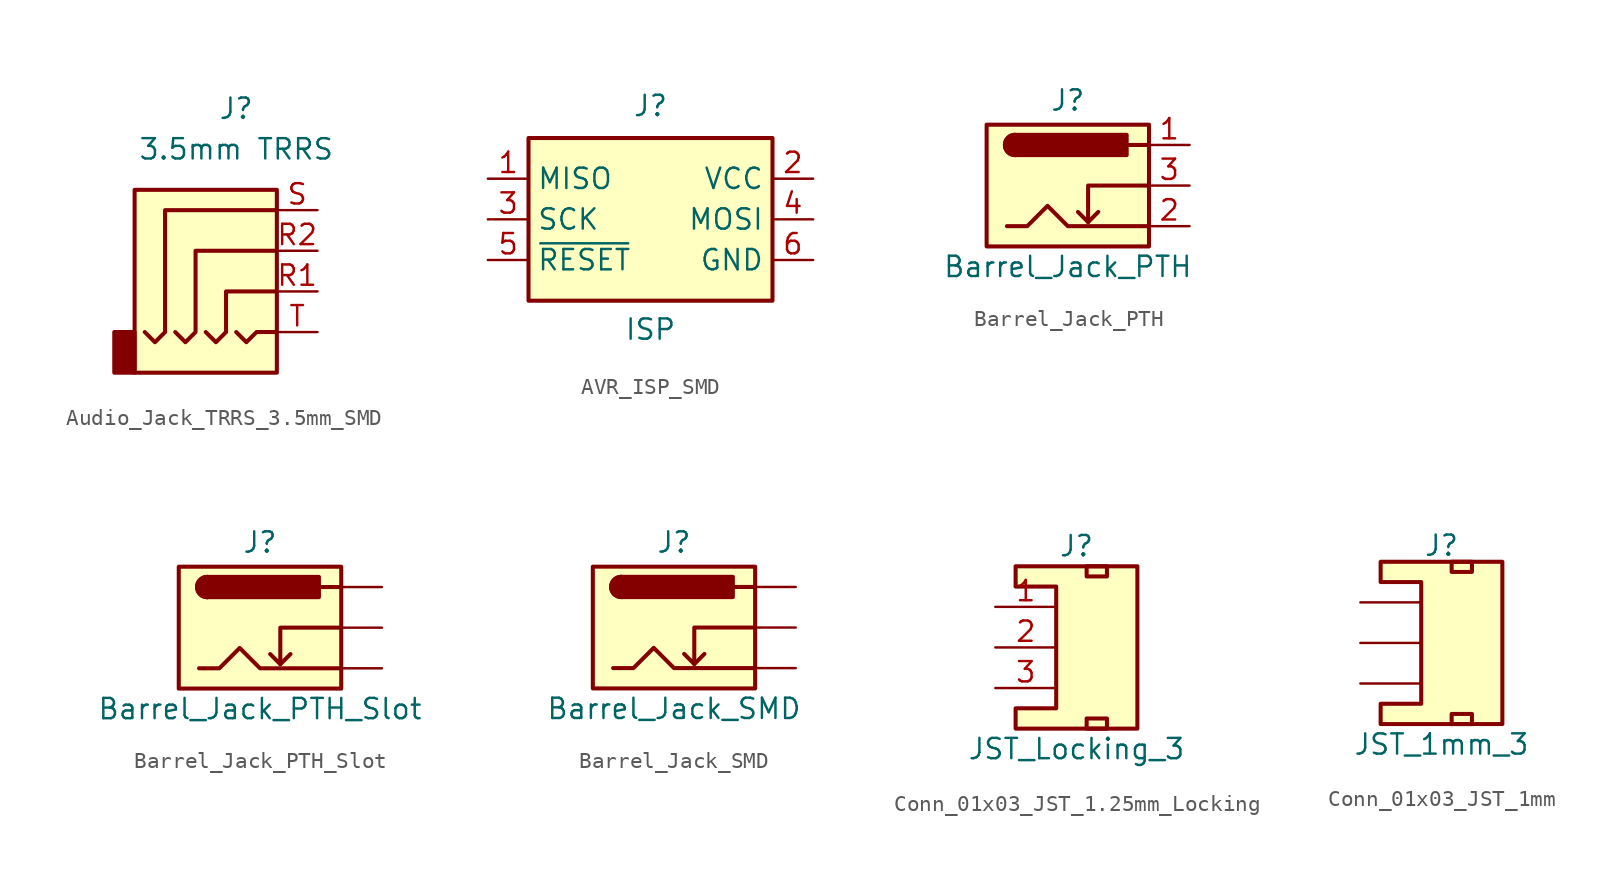
<source format=kicad_sym>
(kicad_symbol_lib
  (version 20231120)
  (generator "kicad_symbol_editor")
  (generator_version "8.0")
  (symbol "Audio_Jack_TRRS_3.5mm_SMD"
    (property "Reference" "J"
      (at 0 8.89 0)
      (effects (font (size 1.27 1.27))))
    (property "Value" "3.5mm TRRS"
      (at 0 6.35 0)
      (effects (font (size 1.27 1.27))))
    (symbol "Audio_Jack_TRRS_3.5mm_SMD_0_1"
      (rectangle (start -6.35 -5.08) (end -7.62 -7.62) (stroke (width 0.254) (type default)) (fill (type outline)))
      (rectangle (start -6.35 3.81) (end 2.54 -7.62) (stroke (width 0.254) (type default)) (fill (type background)))
      (polyline (pts (xy 0 -5.08) (xy 0.635 -5.715) (xy 1.27 -5.08) (xy 2.54 -5.08)) (stroke (width 0.254) (type default)) (fill (type none)))
      (polyline (pts (xy -5.715 -5.08) (xy -5.08 -5.715) (xy -4.445 -5.08) (xy -4.445 2.54) (xy 2.54 2.54)) (stroke (width 0.254) (type default)) (fill (type none)))
      (polyline (pts (xy -1.905 -5.08) (xy -1.27 -5.715) (xy -0.635 -5.08) (xy -0.635 -2.54) (xy 2.54 -2.54)) (stroke (width 0.254) (type default)) (fill (type none)))
      (polyline (pts (xy 2.54 0) (xy -2.54 0) (xy -2.54 -5.08) (xy -3.175 -5.715) (xy -3.81 -5.08)) (stroke (width 0.254) (type default)) (fill (type none))))
    (symbol "Audio_Jack_TRRS_3.5mm_SMD_1_1"
      (pin passive line (at 5.08 -2.54 180) (length 2.54) (name "~" (effects (font (size 1.27 1.27)))) (number "R1" (effects (font (size 1.27 1.27)))))
      (pin passive line (at 5.08 0 180) (length 2.54) (name "~" (effects (font (size 1.27 1.27)))) (number "R2" (effects (font (size 1.27 1.27)))))
      (pin passive line (at 5.08 2.54 180) (length 2.54) (name "~" (effects (font (size 1.27 1.27)))) (number "S" (effects (font (size 1.27 1.27)))))
      (pin passive line (at 5.08 -5.08 180) (length 2.54) (name "~" (effects (font (size 1.27 1.27)))) (number "T" (effects (font (size 1.27 1.27)))))))
  (symbol "AVR_ISP_SMD"
    (property "Reference" "J"
      (at 0 6.35 0)
      (effects (font (size 1.27 1.27)) (justify bottom)))
    (property "Value" "ISP"
      (at 0 -7.62 0)
      (effects (font (size 1.27 1.27)) (justify bottom)))
    (symbol "AVR_ISP_SMD_1_0"
      (pin input line (at -10.16 2.54 0) (length 2.54) (name "MISO" (effects (font (size 1.27 1.27)))) (number "1" (effects (font (size 1.27 1.27)))))
      (pin power_in line (at 10.16 2.54 180) (length 2.54) (name "VCC" (effects (font (size 1.27 1.27)))) (number "2" (effects (font (size 1.27 1.27)))))
      (pin input line (at -10.16 0 0) (length 2.54) (name "SCK" (effects (font (size 1.27 1.27)))) (number "3" (effects (font (size 1.27 1.27)))))
      (pin output line (at 10.16 0 180) (length 2.54) (name "MOSI" (effects (font (size 1.27 1.27)))) (number "4" (effects (font (size 1.27 1.27)))))
      (pin input line (at -10.16 -2.54 0) (length 2.54) (name "~{RESET}" (effects (font (size 1.27 1.27)))) (number "5" (effects (font (size 1.27 1.27)))))
      (pin power_in line (at 10.16 -2.54 180) (length 2.54) (name "GND" (effects (font (size 1.27 1.27)))) (number "6" (effects (font (size 1.27 1.27))))))
    (symbol "AVR_ISP_SMD_1_1"
      (rectangle (start -7.62 5.08) (end 7.62 -5.08) (stroke (width 0.254) (type default)) (fill (type background)))))
  (symbol "Barrel_Jack_PTH"
    (pin_names hide)
    (property "Reference" "J"
      (at 0 5.334 0)
      (effects (font (size 1.27 1.27))))
    (property "Value" "Barrel_Jack_PTH"
      (at 0 -5.08 0)
      (effects (font (size 1.27 1.27))))
    (symbol "Barrel_Jack_PTH_0_1"
      (rectangle (start -5.08 3.81) (end 5.08 -3.81) (stroke (width 0.254) (type default)) (fill (type background)))
      (arc (start -3.302 3.175) (mid -3.9343 2.54) (end -3.302 1.905) (stroke (width 0.254) (type default)) (fill (type none)))
      (arc (start -3.302 3.175) (mid -3.9343 2.54) (end -3.302 1.905) (stroke (width 0.254) (type default)) (fill (type outline)))
      (polyline (pts (xy 1.27 -2.286) (xy 1.905 -1.651)) (stroke (width 0.254) (type default)) (fill (type none)))
      (polyline (pts (xy 5.08 2.54) (xy 3.81 2.54)) (stroke (width 0.254) (type default)) (fill (type none)))
      (polyline (pts (xy 5.08 0) (xy 1.27 0) (xy 1.27 -2.286) (xy 0.635 -1.651)) (stroke (width 0.254) (type default)) (fill (type none)))
      (polyline (pts (xy -3.81 -2.54) (xy -2.54 -2.54) (xy -1.27 -1.27) (xy 0 -2.54) (xy 2.54 -2.54) (xy 5.08 -2.54)) (stroke (width 0.254) (type default)) (fill (type none)))
      (rectangle (start 3.683 3.175) (end -3.302 1.905) (stroke (width 0.254) (type default)) (fill (type outline))))
    (symbol "Barrel_Jack_PTH_1_1"
      (pin passive line (at 7.62 2.54 180) (length 2.54) (name "PWR" (effects (font (size 1.27 1.27)))) (number "1" (effects (font (size 1.27 1.27)))))
      (pin passive line (at 7.62 -2.54 180) (length 2.54) (name "GND" (effects (font (size 1.27 1.27)))) (number "2" (effects (font (size 1.27 1.27)))))
      (pin passive line (at 7.62 0 180) (length 2.54) (name "GNDBREAK" (effects (font (size 1.27 1.27)))) (number "3" (effects (font (size 1.27 1.27)))))))
  (symbol "Barrel_Jack_PTH_Slot"
    (pin_numbers hide)
    (pin_names hide)
    (property "Reference" "J"
      (at 0 5.334 0)
      (effects (font (size 1.27 1.27))))
    (property "Value" "Barrel_Jack_PTH_Slot"
      (at 0 -5.08 0)
      (effects (font (size 1.27 1.27))))
    (symbol "Barrel_Jack_PTH_Slot_0_1"
      (rectangle (start -5.08 3.81) (end 5.08 -3.81) (stroke (width 0.254) (type default)) (fill (type background)))
      (arc (start -3.302 3.175) (mid -3.9343 2.54) (end -3.302 1.905) (stroke (width 0.254) (type default)) (fill (type none)))
      (arc (start -3.302 3.175) (mid -3.9343 2.54) (end -3.302 1.905) (stroke (width 0.254) (type default)) (fill (type outline)))
      (polyline (pts (xy 1.27 -2.286) (xy 1.905 -1.651)) (stroke (width 0.254) (type default)) (fill (type none)))
      (polyline (pts (xy 5.08 2.54) (xy 3.81 2.54)) (stroke (width 0.254) (type default)) (fill (type none)))
      (polyline (pts (xy 5.08 0) (xy 1.27 0) (xy 1.27 -2.286) (xy 0.635 -1.651)) (stroke (width 0.254) (type default)) (fill (type none)))
      (polyline (pts (xy -3.81 -2.54) (xy -2.54 -2.54) (xy -1.27 -1.27) (xy 0 -2.54) (xy 2.54 -2.54) (xy 5.08 -2.54)) (stroke (width 0.254) (type default)) (fill (type none)))
      (rectangle (start 3.683 3.175) (end -3.302 1.905) (stroke (width 0.254) (type default)) (fill (type outline))))
    (symbol "Barrel_Jack_PTH_Slot_1_1"
      (pin passive line (at 7.62 -2.54 180) (length 2.54) (name "GND" (effects (font (size 1.27 1.27)))) (number "GND" (effects (font (size 1.27 1.27)))))
      (pin passive line (at 7.62 0 180) (length 2.54) (name "GNDBREAK" (effects (font (size 1.27 1.27)))) (number "GNDBREAK" (effects (font (size 1.27 1.27)))))
      (pin passive line (at 7.62 2.54 180) (length 2.54) (name "PWR" (effects (font (size 1.27 1.27)))) (number "PWR" (effects (font (size 1.27 1.27)))))))
  (symbol "Barrel_Jack_SMD"
    (pin_numbers hide)
    (pin_names hide)
    (property "Reference" "J"
      (at 0 5.334 0)
      (effects (font (size 1.27 1.27))))
    (property "Value" "Barrel_Jack_SMD"
      (at 0 -5.08 0)
      (effects (font (size 1.27 1.27))))
    (symbol "Barrel_Jack_SMD_0_1"
      (rectangle (start -5.08 3.81) (end 5.08 -3.81) (stroke (width 0.254) (type default)) (fill (type background)))
      (arc (start -3.302 3.175) (mid -3.9343 2.54) (end -3.302 1.905) (stroke (width 0.254) (type default)) (fill (type none)))
      (arc (start -3.302 3.175) (mid -3.9343 2.54) (end -3.302 1.905) (stroke (width 0.254) (type default)) (fill (type outline)))
      (polyline (pts (xy 1.27 -2.286) (xy 1.905 -1.651)) (stroke (width 0.254) (type default)) (fill (type none)))
      (polyline (pts (xy 5.08 2.54) (xy 3.81 2.54)) (stroke (width 0.254) (type default)) (fill (type none)))
      (polyline (pts (xy 5.08 0) (xy 1.27 0) (xy 1.27 -2.286) (xy 0.635 -1.651)) (stroke (width 0.254) (type default)) (fill (type none)))
      (polyline (pts (xy -3.81 -2.54) (xy -2.54 -2.54) (xy -1.27 -1.27) (xy 0 -2.54) (xy 2.54 -2.54) (xy 5.08 -2.54)) (stroke (width 0.254) (type default)) (fill (type none)))
      (rectangle (start 3.683 3.175) (end -3.302 1.905) (stroke (width 0.254) (type default)) (fill (type outline))))
    (symbol "Barrel_Jack_SMD_1_1"
      (pin passive line (at 7.62 -2.54 180) (length 2.54) (name "GND" (effects (font (size 1.27 1.27)))) (number "GND" (effects (font (size 1.27 1.27)))))
      (pin passive line (at 7.62 0 180) (length 2.54) (name "GNDBREAK" (effects (font (size 1.27 1.27)))) (number "GNDBREAK" (effects (font (size 1.27 1.27)))))
      (pin passive line (at 7.62 2.54 180) (length 2.54) (name "PWR" (effects (font (size 1.27 1.27)))) (number "PWR" (effects (font (size 1.27 1.27)))))))
  (symbol "Conn_01x03_JST_1.25mm_Locking"
    (pin_names
      (offset 1.016) hide)
    (property "Reference" "J"
      (at 0 6.35 0)
      (effects (font (size 1.27 1.27))))
    (property "Value" "JST_Locking_3"
      (at 0 -6.35 0)
      (effects (font (size 1.27 1.27))))
    (symbol "Conn_01x03_JST_1.25mm_Locking_1_1"
      (polyline (pts (xy -1.27 3.81) (xy -3.81 3.81) (xy -3.81 5.08) (xy 3.81 5.08) (xy 3.81 -5.08) (xy -3.81 -5.08) (xy -3.81 -3.81) (xy -1.27 -3.81) (xy -1.27 3.81)) (stroke (width 0.254) (type default)) (fill (type background)))
      (rectangle (start 0.635 -4.445) (end 1.905 -5.08) (stroke (width 0.254) (type default)) (fill (type none)))
      (rectangle (start 0.635 5.08) (end 1.905 4.445) (stroke (width 0.254) (type default)) (fill (type none)))
      (pin passive line (at -5.08 2.54 0) (length 3.81) (name "Pin_1" (effects (font (size 1.27 1.27)))) (number "1" (effects (font (size 1.27 1.27)))))
      (pin passive line (at -5.08 0 0) (length 3.81) (name "Pin_2" (effects (font (size 1.27 1.27)))) (number "2" (effects (font (size 1.27 1.27)))))
      (pin passive line (at -5.08 -2.54 0) (length 3.81) (name "Pin_3" (effects (font (size 1.27 1.27)))) (number "3" (effects (font (size 1.27 1.27)))))
      (pin no_connect line (at 6.35 -5.08 90) (length 5.08) hide (name "NC" (effects (font (size 1.27 1.27)))) (number "NC1" (effects (font (size 1.27 1.27)))))
      (pin no_connect line (at 3.81 -5.08 90) (length 5.08) hide (name "NC" (effects (font (size 1.27 1.27)))) (number "NC2" (effects (font (size 1.27 1.27)))))))
  (symbol "Conn_01x03_JST_1mm"
    (pin_numbers hide)
    (pin_names
      (offset 1.016) hide)
    (property "Reference" "J"
      (at 0 6.096 0)
      (effects (font (size 1.27 1.27))))
    (property "Value" "JST_1mm_3"
      (at 0 -6.35 0)
      (effects (font (size 1.27 1.27))))
    (symbol "Conn_01x03_JST_1mm_1_1"
      (polyline (pts (xy -1.27 3.81) (xy -3.81 3.81) (xy -3.81 5.08) (xy 3.81 5.08) (xy 3.81 -5.08) (xy -3.81 -5.08) (xy -3.81 -3.81) (xy -1.27 -3.81) (xy -1.27 3.81)) (stroke (width 0.254) (type default)) (fill (type background)))
      (rectangle (start 0.635 -4.445) (end 1.905 -5.08) (stroke (width 0.254) (type default)) (fill (type none)))
      (rectangle (start 0.635 5.08) (end 1.905 4.445) (stroke (width 0.254) (type default)) (fill (type none)))
      (pin passive line (at -5.08 2.54 0) (length 3.81) (name "1" (effects (font (size 1.27 1.27)))) (number "1" (effects (font (size 1.27 1.27)))))
      (pin passive line (at -5.08 0 0) (length 3.81) (name "2" (effects (font (size 1.27 1.27)))) (number "2" (effects (font (size 1.27 1.27)))))
      (pin passive line (at -5.08 -2.54 0) (length 3.81) (name "3" (effects (font (size 1.27 1.27)))) (number "3" (effects (font (size 1.27 1.27))))))))
</source>
